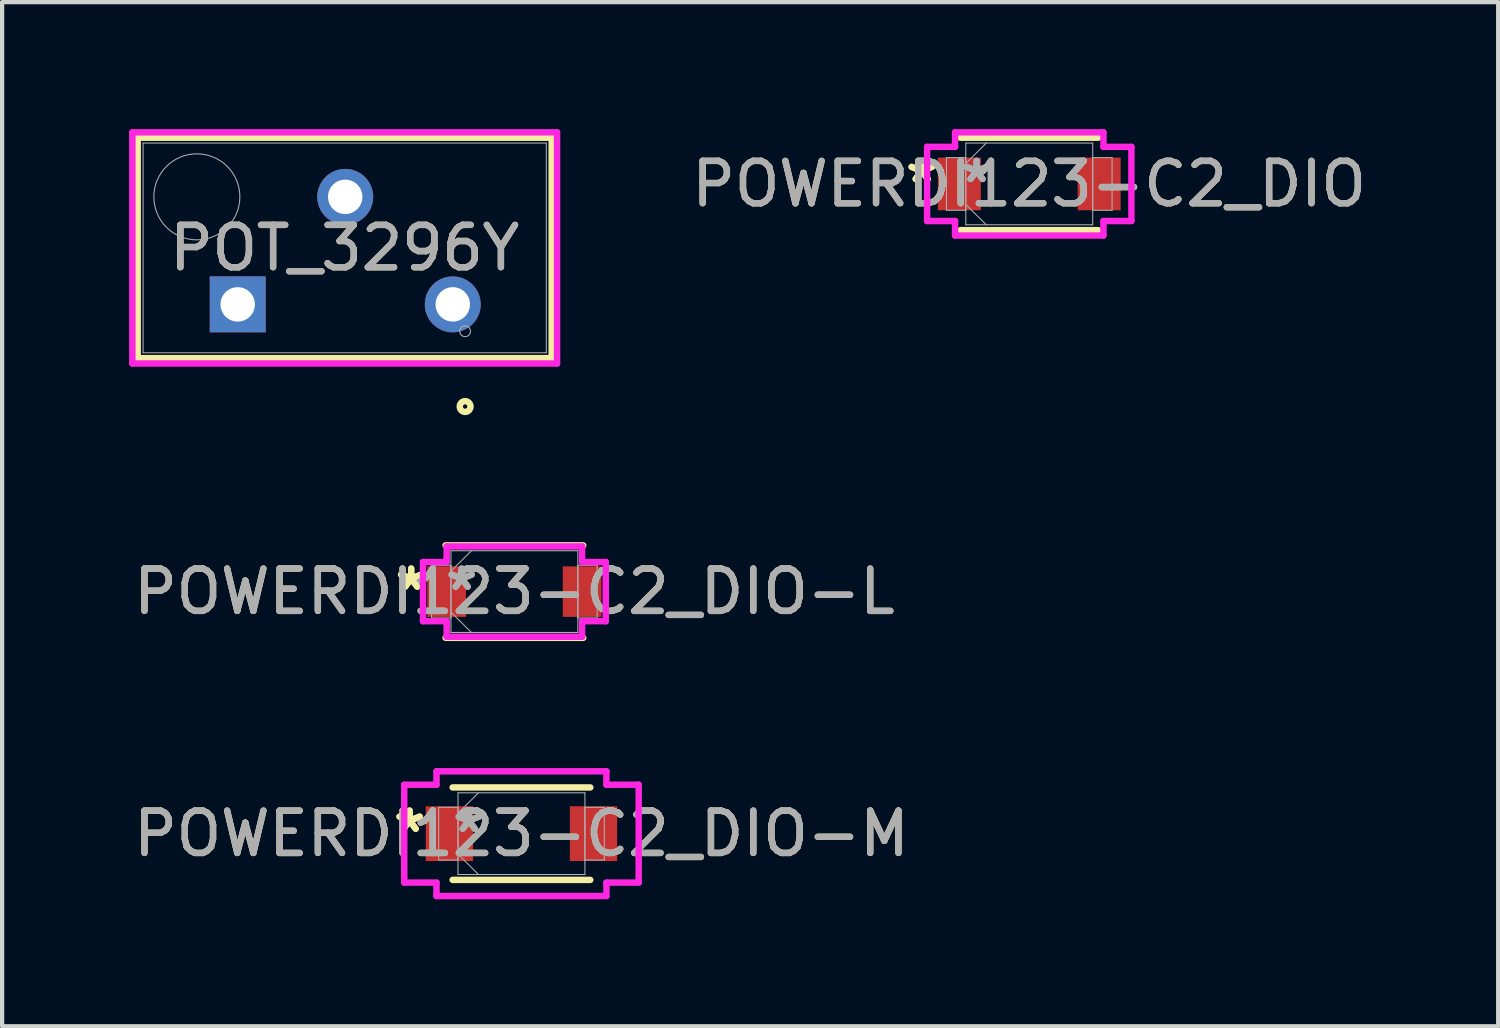
<source format=kicad_pcb>
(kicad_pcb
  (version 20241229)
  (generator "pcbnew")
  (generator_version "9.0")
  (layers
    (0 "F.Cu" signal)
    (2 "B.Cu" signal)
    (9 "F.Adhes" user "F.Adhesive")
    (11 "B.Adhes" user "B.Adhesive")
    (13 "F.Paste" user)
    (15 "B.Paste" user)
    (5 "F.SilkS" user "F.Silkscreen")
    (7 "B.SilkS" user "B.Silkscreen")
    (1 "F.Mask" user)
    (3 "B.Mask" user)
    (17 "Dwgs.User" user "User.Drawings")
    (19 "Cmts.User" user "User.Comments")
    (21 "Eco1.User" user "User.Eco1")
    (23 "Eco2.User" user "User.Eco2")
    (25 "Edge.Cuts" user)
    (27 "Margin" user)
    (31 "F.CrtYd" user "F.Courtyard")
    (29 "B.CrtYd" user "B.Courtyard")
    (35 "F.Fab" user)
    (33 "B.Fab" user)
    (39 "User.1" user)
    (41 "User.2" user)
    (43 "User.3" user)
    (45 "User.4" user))
  (footprint "POT_3296Y"
    (layer "F.Cu")
    (at 2.565 4.14)
    (property "Reference" "POT_3296Y" (at 2.527 -1.333 0) (unlocked yes) (layer "F.SilkS") (effects (font (size 1 1) (thickness 0.15))))
    (attr through_hole)
    (fp_line (start -2.362 -3.937) (end -2.362 1.27) (stroke (width 0.152) (type solid)) (layer "F.SilkS"))
    (fp_line (start -2.362 1.27) (end 7.417 1.27) (stroke (width 0.152) (type solid)) (layer "F.SilkS"))
    (fp_line (start 7.417 -3.937) (end -2.362 -3.937) (stroke (width 0.152) (type solid)) (layer "F.SilkS"))
    (fp_line (start 7.417 1.27) (end 7.417 -3.937) (stroke (width 0.152) (type solid)) (layer "F.SilkS"))
    (fp_circle (center 5.372 2.413) (end 5.499 2.413) (stroke (width 0.152) (type solid)) (fill no) (layer "F.SilkS"))
    (fp_line (start -2.489 -4.064) (end 7.544 -4.064) (stroke (width 0.152) (type solid)) (layer "F.CrtYd"))
    (fp_line (start -2.489 1.397) (end -2.489 -4.064) (stroke (width 0.152) (type solid)) (layer "F.CrtYd"))
    (fp_line (start 7.544 -4.064) (end 7.544 1.397) (stroke (width 0.152) (type solid)) (layer "F.CrtYd"))
    (fp_line (start 7.544 1.397) (end -2.489 1.397) (stroke (width 0.152) (type solid)) (layer "F.CrtYd"))
    (fp_line (start -2.235 -3.81) (end -2.235 1.143) (stroke (width 0.025) (type solid)) (layer "F.Fab"))
    (fp_line (start -2.235 1.143) (end 7.29 1.143) (stroke (width 0.025) (type solid)) (layer "F.Fab"))
    (fp_line (start 7.29 -3.81) (end -2.235 -3.81) (stroke (width 0.025) (type solid)) (layer "F.Fab"))
    (fp_line (start 7.29 1.143) (end 7.29 -3.81) (stroke (width 0.025) (type solid)) (layer "F.Fab"))
    (fp_circle (center -0.965 -2.54) (end 0.051 -2.54) (stroke (width 0.025) (type solid)) (fill no) (layer "F.Fab"))
    (fp_circle (center 5.372 0.635) (end 5.499 0.635) (stroke (width 0.025) (type solid)) (fill no) (layer "F.Fab"))
    (fp_text user "${REFERENCE}" (at 2.527 -1.333 0) (unlocked yes) (layer "F.Fab") (effects (font (size 1 1) (thickness 0.15))))
    (pad "1" thru_hole circle (at 5.08 0) (size 1.321 1.321) (drill 0.813) (layers "*.Cu" "*.Mask"))
    (pad "2" thru_hole circle (at 2.54 -2.54) (size 1.321 1.321) (drill 0.813) (layers "*.Cu" "*.Mask"))
    (pad "3" thru_hole rect (at 0 0) (size 1.321 1.321) (drill 0.813) (layers "*.Cu" "*.Mask")))
  (footprint "POWERDI123-C2_DIO-L"
    (layer "F.Cu")
    (at 9.101 10.925)
    (property "Reference" "POWERDI123-C2_DIO-L" (at 0 0 0) (unlocked yes) (layer "F.SilkS") (effects (font (size 1 1) (thickness 0.15))))
    (attr smd)
    (fp_line (start -1.626 1.092) (end 1.626 1.092) (stroke (width 0.152) (type solid)) (layer "F.SilkS"))
    (fp_line (start 1.626 -1.092) (end -1.626 -1.092) (stroke (width 0.152) (type solid)) (layer "F.SilkS"))
    (fp_line (start -2.159 -0.699) (end -1.6 -0.699) (stroke (width 0.152) (type solid)) (layer "F.CrtYd"))
    (fp_line (start -2.159 0.699) (end -2.159 -0.699) (stroke (width 0.152) (type solid)) (layer "F.CrtYd"))
    (fp_line (start -1.6 -1.067) (end 1.6 -1.067) (stroke (width 0.152) (type solid)) (layer "F.CrtYd"))
    (fp_line (start -1.6 -0.699) (end -1.6 -1.067) (stroke (width 0.152) (type solid)) (layer "F.CrtYd"))
    (fp_line (start -1.6 0.699) (end -2.159 0.699) (stroke (width 0.152) (type solid)) (layer "F.CrtYd"))
    (fp_line (start -1.6 1.067) (end -1.6 0.699) (stroke (width 0.152) (type solid)) (layer "F.CrtYd"))
    (fp_line (start 1.6 -1.067) (end 1.6 -0.699) (stroke (width 0.152) (type solid)) (layer "F.CrtYd"))
    (fp_line (start 1.6 -0.699) (end 2.159 -0.699) (stroke (width 0.152) (type solid)) (layer "F.CrtYd"))
    (fp_line (start 1.6 0.699) (end 1.6 1.067) (stroke (width 0.152) (type solid)) (layer "F.CrtYd"))
    (fp_line (start 1.6 1.067) (end -1.6 1.067) (stroke (width 0.152) (type solid)) (layer "F.CrtYd"))
    (fp_line (start 2.159 -0.699) (end 2.159 0.699) (stroke (width 0.152) (type solid)) (layer "F.CrtYd"))
    (fp_line (start 2.159 0.699) (end 1.6 0.699) (stroke (width 0.152) (type solid)) (layer "F.CrtYd"))
    (fp_line (start -1.956 -0.622) (end -1.956 0.622) (stroke (width 0.025) (type solid)) (layer "F.Fab"))
    (fp_line (start -1.956 0.622) (end -1.499 0.622) (stroke (width 0.025) (type solid)) (layer "F.Fab"))
    (fp_line (start -1.499 -0.965) (end -1.499 0.965) (stroke (width 0.025) (type solid)) (layer "F.Fab"))
    (fp_line (start -1.499 -0.622) (end -1.956 -0.622) (stroke (width 0.025) (type solid)) (layer "F.Fab"))
    (fp_line (start -1.499 -0.483) (end -1.016 -0.965) (stroke (width 0.025) (type solid)) (layer "F.Fab"))
    (fp_line (start -1.499 0.483) (end -1.016 0.965) (stroke (width 0.025) (type solid)) (layer "F.Fab"))
    (fp_line (start -1.499 0.622) (end -1.499 -0.622) (stroke (width 0.025) (type solid)) (layer "F.Fab"))
    (fp_line (start -1.499 0.965) (end 1.499 0.965) (stroke (width 0.025) (type solid)) (layer "F.Fab"))
    (fp_line (start 1.499 -0.965) (end -1.499 -0.965) (stroke (width 0.025) (type solid)) (layer "F.Fab"))
    (fp_line (start 1.499 -0.622) (end 1.499 0.622) (stroke (width 0.025) (type solid)) (layer "F.Fab"))
    (fp_line (start 1.499 0.622) (end 1.956 0.622) (stroke (width 0.025) (type solid)) (layer "F.Fab"))
    (fp_line (start 1.499 0.965) (end 1.499 -0.965) (stroke (width 0.025) (type solid)) (layer "F.Fab"))
    (fp_line (start 1.956 -0.622) (end 1.499 -0.622) (stroke (width 0.025) (type solid)) (layer "F.Fab"))
    (fp_line (start 1.956 0.622) (end 1.956 -0.622) (stroke (width 0.025) (type solid)) (layer "F.Fab"))
    (fp_text user "*" (at -2.438 0 0) (layer "F.SilkS") (effects (font (size 1 1) (thickness 0.15))))
    (fp_text user "*" (at -2.438 0 0) (unlocked yes) (layer "F.SilkS") (effects (font (size 1 1) (thickness 0.15))))
    (fp_text user "*" (at -1.245 0 0) (unlocked yes) (layer "F.Fab") (effects (font (size 1 1) (thickness 0.15))))
    (fp_text user "*" (at -1.245 0 0) (layer "F.Fab") (effects (font (size 1 1) (thickness 0.15))))
    (fp_text user "${REFERENCE}" (at 0 0 0) (unlocked yes) (layer "F.Fab") (effects (font (size 1 1) (thickness 0.15))))
    (pad "1" smd rect (at -1.6 0) (size 0.914 1.194) (layers "F.Cu" "F.Mask" "F.Paste"))
    (pad "2" smd rect (at 1.6 0) (size 0.914 1.194) (layers "F.Cu" "F.Mask" "F.Paste"))
    (zone (net_name "") (layer "F.Cu") (hatch full 0.508) (connect_pads) (min_thickness 0.254) (filled_areas_thickness no) (keepout (tracks not_allowed) (vias not_allowed) (pads allowed) (copperpour not_allowed) (footprints allowed)) (placement (enabled no)) (fill) (polygon (pts (xy 8.009 10.01) (xy 10.193 10.01) (xy 10.193 11.839) (xy 8.009 11.839)))))
  (footprint "POWERDI123-C2_DIO-M"
    (layer "F.Cu")
    (at 9.268 16.643)
    (property "Reference" "POWERDI123-C2_DIO-M" (at 0 0 0) (unlocked yes) (layer "F.SilkS") (effects (font (size 1 1) (thickness 0.15))))
    (attr smd)
    (fp_line (start -1.626 1.092) (end 1.626 1.092) (stroke (width 0.152) (type solid)) (layer "F.SilkS"))
    (fp_line (start 1.626 -1.092) (end -1.626 -1.092) (stroke (width 0.152) (type solid)) (layer "F.SilkS"))
    (fp_line (start -2.769 -1.156) (end -2.007 -1.156) (stroke (width 0.152) (type solid)) (layer "F.CrtYd"))
    (fp_line (start -2.769 1.156) (end -2.769 -1.156) (stroke (width 0.152) (type solid)) (layer "F.CrtYd"))
    (fp_line (start -2.007 -1.473) (end 2.007 -1.473) (stroke (width 0.152) (type solid)) (layer "F.CrtYd"))
    (fp_line (start -2.007 -1.156) (end -2.007 -1.473) (stroke (width 0.152) (type solid)) (layer "F.CrtYd"))
    (fp_line (start -2.007 1.156) (end -2.769 1.156) (stroke (width 0.152) (type solid)) (layer "F.CrtYd"))
    (fp_line (start -2.007 1.473) (end -2.007 1.156) (stroke (width 0.152) (type solid)) (layer "F.CrtYd"))
    (fp_line (start 2.007 -1.473) (end 2.007 -1.156) (stroke (width 0.152) (type solid)) (layer "F.CrtYd"))
    (fp_line (start 2.007 -1.156) (end 2.769 -1.156) (stroke (width 0.152) (type solid)) (layer "F.CrtYd"))
    (fp_line (start 2.007 1.156) (end 2.007 1.473) (stroke (width 0.152) (type solid)) (layer "F.CrtYd"))
    (fp_line (start 2.007 1.473) (end -2.007 1.473) (stroke (width 0.152) (type solid)) (layer "F.CrtYd"))
    (fp_line (start 2.769 -1.156) (end 2.769 1.156) (stroke (width 0.152) (type solid)) (layer "F.CrtYd"))
    (fp_line (start 2.769 1.156) (end 2.007 1.156) (stroke (width 0.152) (type solid)) (layer "F.CrtYd"))
    (fp_line (start -1.956 -0.622) (end -1.956 0.622) (stroke (width 0.025) (type solid)) (layer "F.Fab"))
    (fp_line (start -1.956 0.622) (end -1.499 0.622) (stroke (width 0.025) (type solid)) (layer "F.Fab"))
    (fp_line (start -1.499 -0.965) (end -1.499 0.965) (stroke (width 0.025) (type solid)) (layer "F.Fab"))
    (fp_line (start -1.499 -0.622) (end -1.956 -0.622) (stroke (width 0.025) (type solid)) (layer "F.Fab"))
    (fp_line (start -1.499 -0.483) (end -1.016 -0.965) (stroke (width 0.025) (type solid)) (layer "F.Fab"))
    (fp_line (start -1.499 0.483) (end -1.016 0.965) (stroke (width 0.025) (type solid)) (layer "F.Fab"))
    (fp_line (start -1.499 0.622) (end -1.499 -0.622) (stroke (width 0.025) (type solid)) (layer "F.Fab"))
    (fp_line (start -1.499 0.965) (end 1.499 0.965) (stroke (width 0.025) (type solid)) (layer "F.Fab"))
    (fp_line (start 1.499 -0.965) (end -1.499 -0.965) (stroke (width 0.025) (type solid)) (layer "F.Fab"))
    (fp_line (start 1.499 -0.622) (end 1.499 0.622) (stroke (width 0.025) (type solid)) (layer "F.Fab"))
    (fp_line (start 1.499 0.622) (end 1.956 0.622) (stroke (width 0.025) (type solid)) (layer "F.Fab"))
    (fp_line (start 1.499 0.965) (end 1.499 -0.965) (stroke (width 0.025) (type solid)) (layer "F.Fab"))
    (fp_line (start 1.956 -0.622) (end 1.499 -0.622) (stroke (width 0.025) (type solid)) (layer "F.Fab"))
    (fp_line (start 1.956 0.622) (end 1.956 -0.622) (stroke (width 0.025) (type solid)) (layer "F.Fab"))
    (fp_text user "*" (at -2.642 0 0) (layer "F.SilkS") (effects (font (size 1 1) (thickness 0.15))))
    (fp_text user "*" (at -2.642 0 0) (unlocked yes) (layer "F.SilkS") (effects (font (size 1 1) (thickness 0.15))))
    (fp_text user "${REFERENCE}" (at 0 0 0) (unlocked yes) (layer "F.Fab") (effects (font (size 1 1) (thickness 0.15))))
    (fp_text user "*" (at -1.245 0 0) (layer "F.Fab") (effects (font (size 1 1) (thickness 0.15))))
    (fp_text user "*" (at -1.245 0 0) (unlocked yes) (layer "F.Fab") (effects (font (size 1 1) (thickness 0.15))))
    (pad "1" smd rect (at -1.702 0) (size 1.118 1.295) (layers "F.Cu" "F.Mask" "F.Paste"))
    (pad "2" smd rect (at 1.702 0) (size 1.118 1.295) (layers "F.Cu" "F.Mask" "F.Paste"))
    (zone (net_name "") (layer "F.Cu") (hatch full 0.508) (connect_pads) (min_thickness 0.254) (filled_areas_thickness no) (keepout (tracks not_allowed) (vias not_allowed) (pads allowed) (copperpour not_allowed) (footprints allowed)) (placement (enabled no)) (fill) (polygon (pts (xy 8.176 15.728) (xy 10.36 15.728) (xy 10.36 17.557) (xy 8.176 17.557)))))
  (footprint "POWERDI123-C2_DIO"
    (layer "F.Cu")
    (at 21.263 1.295)
    (property "Reference" "POWERDI123-C2_DIO" (at 0 0 0) (unlocked yes) (layer "F.SilkS") (effects (font (size 1 1) (thickness 0.15))))
    (attr smd)
    (fp_line (start -1.626 1.092) (end 1.626 1.092) (stroke (width 0.152) (type solid)) (layer "F.SilkS"))
    (fp_line (start 1.626 -1.092) (end -1.626 -1.092) (stroke (width 0.152) (type solid)) (layer "F.SilkS"))
    (fp_line (start -2.413 -0.876) (end -1.753 -0.876) (stroke (width 0.152) (type solid)) (layer "F.CrtYd"))
    (fp_line (start -2.413 0.876) (end -2.413 -0.876) (stroke (width 0.152) (type solid)) (layer "F.CrtYd"))
    (fp_line (start -1.753 -1.219) (end 1.753 -1.219) (stroke (width 0.152) (type solid)) (layer "F.CrtYd"))
    (fp_line (start -1.753 -0.876) (end -1.753 -1.219) (stroke (width 0.152) (type solid)) (layer "F.CrtYd"))
    (fp_line (start -1.753 0.876) (end -2.413 0.876) (stroke (width 0.152) (type solid)) (layer "F.CrtYd"))
    (fp_line (start -1.753 1.219) (end -1.753 0.876) (stroke (width 0.152) (type solid)) (layer "F.CrtYd"))
    (fp_line (start 1.753 -1.219) (end 1.753 -0.876) (stroke (width 0.152) (type solid)) (layer "F.CrtYd"))
    (fp_line (start 1.753 -0.876) (end 2.413 -0.876) (stroke (width 0.152) (type solid)) (layer "F.CrtYd"))
    (fp_line (start 1.753 0.876) (end 1.753 1.219) (stroke (width 0.152) (type solid)) (layer "F.CrtYd"))
    (fp_line (start 1.753 1.219) (end -1.753 1.219) (stroke (width 0.152) (type solid)) (layer "F.CrtYd"))
    (fp_line (start 2.413 -0.876) (end 2.413 0.876) (stroke (width 0.152) (type solid)) (layer "F.CrtYd"))
    (fp_line (start 2.413 0.876) (end 1.753 0.876) (stroke (width 0.152) (type solid)) (layer "F.CrtYd"))
    (fp_line (start -1.956 -0.622) (end -1.956 0.622) (stroke (width 0.025) (type solid)) (layer "F.Fab"))
    (fp_line (start -1.956 0.622) (end -1.499 0.622) (stroke (width 0.025) (type solid)) (layer "F.Fab"))
    (fp_line (start -1.499 -0.965) (end -1.499 0.965) (stroke (width 0.025) (type solid)) (layer "F.Fab"))
    (fp_line (start -1.499 -0.622) (end -1.956 -0.622) (stroke (width 0.025) (type solid)) (layer "F.Fab"))
    (fp_line (start -1.499 -0.483) (end -1.016 -0.965) (stroke (width 0.025) (type solid)) (layer "F.Fab"))
    (fp_line (start -1.499 0.483) (end -1.016 0.965) (stroke (width 0.025) (type solid)) (layer "F.Fab"))
    (fp_line (start -1.499 0.622) (end -1.499 -0.622) (stroke (width 0.025) (type solid)) (layer "F.Fab"))
    (fp_line (start -1.499 0.965) (end 1.499 0.965) (stroke (width 0.025) (type solid)) (layer "F.Fab"))
    (fp_line (start 1.499 -0.965) (end -1.499 -0.965) (stroke (width 0.025) (type solid)) (layer "F.Fab"))
    (fp_line (start 1.499 -0.622) (end 1.499 0.622) (stroke (width 0.025) (type solid)) (layer "F.Fab"))
    (fp_line (start 1.499 0.622) (end 1.956 0.622) (stroke (width 0.025) (type solid)) (layer "F.Fab"))
    (fp_line (start 1.499 0.965) (end 1.499 -0.965) (stroke (width 0.025) (type solid)) (layer "F.Fab"))
    (fp_line (start 1.956 -0.622) (end 1.499 -0.622) (stroke (width 0.025) (type solid)) (layer "F.Fab"))
    (fp_line (start 1.956 0.622) (end 1.956 -0.622) (stroke (width 0.025) (type solid)) (layer "F.Fab"))
    (fp_text user "*" (at -2.54 0 0) (unlocked yes) (layer "F.SilkS") (effects (font (size 1 1) (thickness 0.15))))
    (fp_text user "*" (at -2.54 0 0) (layer "F.SilkS") (effects (font (size 1 1) (thickness 0.15))))
    (fp_text user "*" (at -1.245 0 0) (layer "F.Fab") (effects (font (size 1 1) (thickness 0.15))))
    (fp_text user "${REFERENCE}" (at 0 0 0) (unlocked yes) (layer "F.Fab") (effects (font (size 1 1) (thickness 0.15))))
    (fp_text user "*" (at -1.245 0 0) (unlocked yes) (layer "F.Fab") (effects (font (size 1 1) (thickness 0.15))))
    (pad "1" smd rect (at -1.651 0) (size 1.016 1.245) (layers "F.Cu" "F.Mask" "F.Paste"))
    (pad "2" smd rect (at 1.651 0) (size 1.016 1.245) (layers "F.Cu" "F.Mask" "F.Paste"))
    (zone (net_name "") (layer "F.Cu") (hatch full 0.508) (connect_pads) (min_thickness 0.254) (filled_areas_thickness no) (keepout (tracks not_allowed) (vias not_allowed) (pads allowed) (copperpour not_allowed) (footprints allowed)) (placement (enabled no)) (fill) (polygon (pts (xy 20.171 0.381) (xy 22.355 0.381) (xy 22.355 2.21) (xy 20.171 2.21)))))
  (gr_rect
    (start -3 -3)
    (end 32.34 21.192)
    (stroke (width 0.1) (type default))
    (fill no)
    (layer "Edge.Cuts")))
</source>
